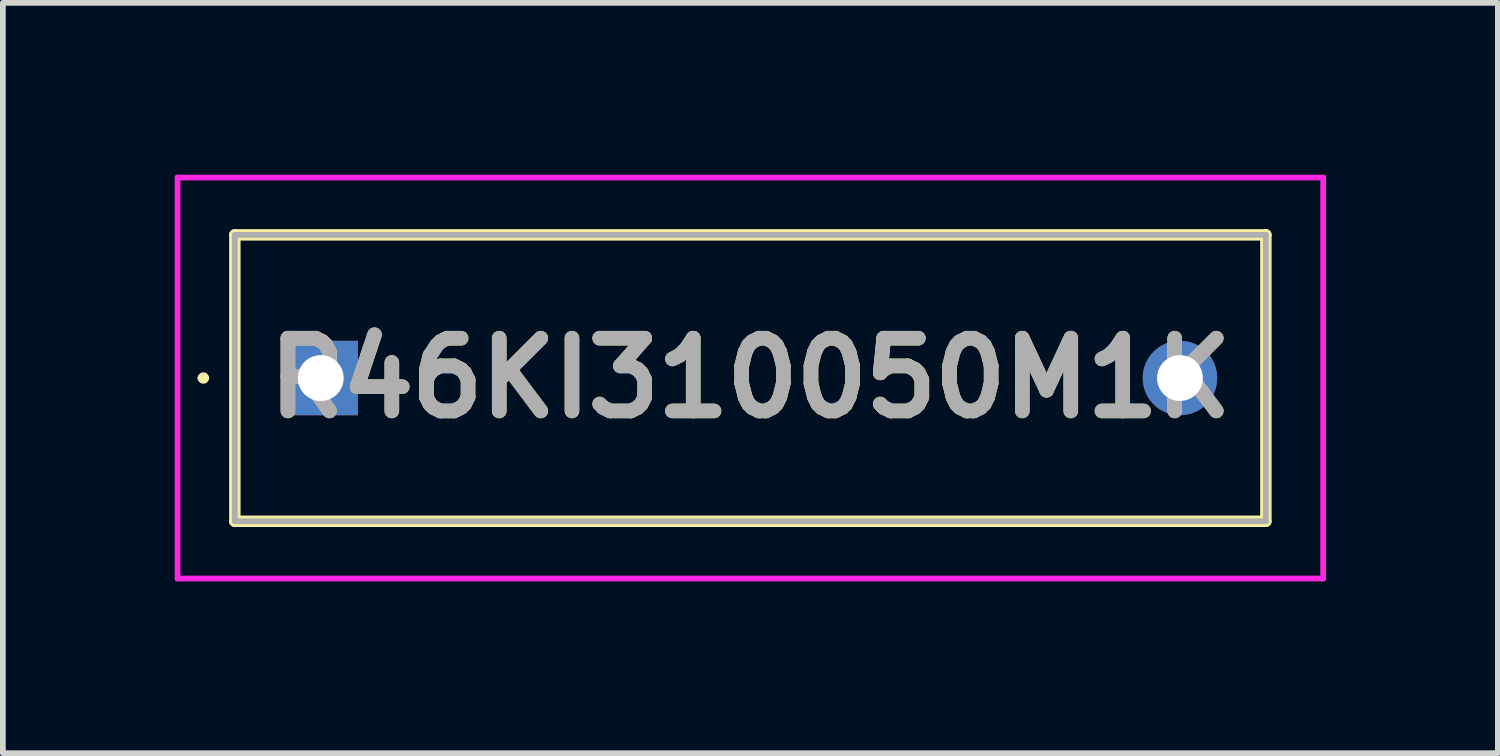
<source format=kicad_pcb>
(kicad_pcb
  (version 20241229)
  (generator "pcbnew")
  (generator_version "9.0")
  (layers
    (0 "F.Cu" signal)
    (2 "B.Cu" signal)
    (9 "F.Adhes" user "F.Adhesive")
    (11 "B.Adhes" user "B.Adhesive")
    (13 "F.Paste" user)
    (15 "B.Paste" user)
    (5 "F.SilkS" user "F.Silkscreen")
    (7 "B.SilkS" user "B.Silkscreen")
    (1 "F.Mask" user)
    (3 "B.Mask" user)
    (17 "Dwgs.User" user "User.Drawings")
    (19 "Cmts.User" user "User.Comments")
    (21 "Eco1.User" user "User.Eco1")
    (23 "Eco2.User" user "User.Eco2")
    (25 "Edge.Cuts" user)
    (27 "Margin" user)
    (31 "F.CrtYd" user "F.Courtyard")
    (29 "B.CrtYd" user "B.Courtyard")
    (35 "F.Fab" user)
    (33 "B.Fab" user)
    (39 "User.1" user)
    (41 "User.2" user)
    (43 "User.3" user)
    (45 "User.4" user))
  (footprint "R46KI310050M1K"
    (layer "F.Cu")
    (at 2.55 3.55)
    (property "Reference" "R46KI310050M1K" (at 7.5 0 0) (layer "F.SilkS") (effects (font (size 1.27 1.27) (thickness 0.254))))
    (attr through_hole)
    (fp_line (start -2.1 0) (end -2.1 0) (stroke (width 0.1) (type solid)) (layer "F.SilkS"))
    (fp_line (start -2 0) (end -2 0) (stroke (width 0.1) (type solid)) (layer "F.SilkS"))
    (fp_line (start -1.5 -2.5) (end 16.5 -2.5) (stroke (width 0.2) (type solid)) (layer "F.SilkS"))
    (fp_line (start -1.5 2.5) (end -1.5 -2.5) (stroke (width 0.2) (type solid)) (layer "F.SilkS"))
    (fp_line (start 16.5 -2.5) (end 16.5 2.5) (stroke (width 0.2) (type solid)) (layer "F.SilkS"))
    (fp_line (start 16.5 2.5) (end -1.5 2.5) (stroke (width 0.2) (type solid)) (layer "F.SilkS"))
    (fp_arc (start -2.1 0) (mid -2.05 -0.05) (end -2 0) (stroke (width 0.1) (type solid)) (layer "F.SilkS"))
    (fp_arc (start -2 0) (mid -2.05 0.05) (end -2.1 0) (stroke (width 0.1) (type solid)) (layer "F.SilkS"))
    (fp_line (start -2.5 -3.5) (end 17.5 -3.5) (stroke (width 0.1) (type solid)) (layer "F.CrtYd"))
    (fp_line (start -2.5 3.5) (end -2.5 -3.5) (stroke (width 0.1) (type solid)) (layer "F.CrtYd"))
    (fp_line (start 17.5 -3.5) (end 17.5 3.5) (stroke (width 0.1) (type solid)) (layer "F.CrtYd"))
    (fp_line (start 17.5 3.5) (end -2.5 3.5) (stroke (width 0.1) (type solid)) (layer "F.CrtYd"))
    (fp_line (start -1.5 -2.5) (end 16.5 -2.5) (stroke (width 0.1) (type solid)) (layer "F.Fab"))
    (fp_line (start -1.5 2.5) (end -1.5 -2.5) (stroke (width 0.1) (type solid)) (layer "F.Fab"))
    (fp_line (start 16.5 -2.5) (end 16.5 2.5) (stroke (width 0.1) (type solid)) (layer "F.Fab"))
    (fp_line (start 16.5 2.5) (end -1.5 2.5) (stroke (width 0.1) (type solid)) (layer "F.Fab"))
    (fp_text user "${REFERENCE}" (at 7.5 0 0) (layer "F.Fab") (effects (font (size 1.27 1.27) (thickness 0.254))))
    (pad "1" thru_hole rect (at 0 0) (size 1.3 1.3) (drill 0.8) (layers "*.Cu" "*.Mask"))
    (pad "2" thru_hole circle (at 15 0) (size 1.3 1.3) (drill 0.8) (layers "*.Cu" "*.Mask")))
  (gr_rect
    (start -3 -3)
    (end 23.1 10.1)
    (stroke (width 0.1) (type default))
    (fill no)
    (layer "Edge.Cuts")))
</source>
